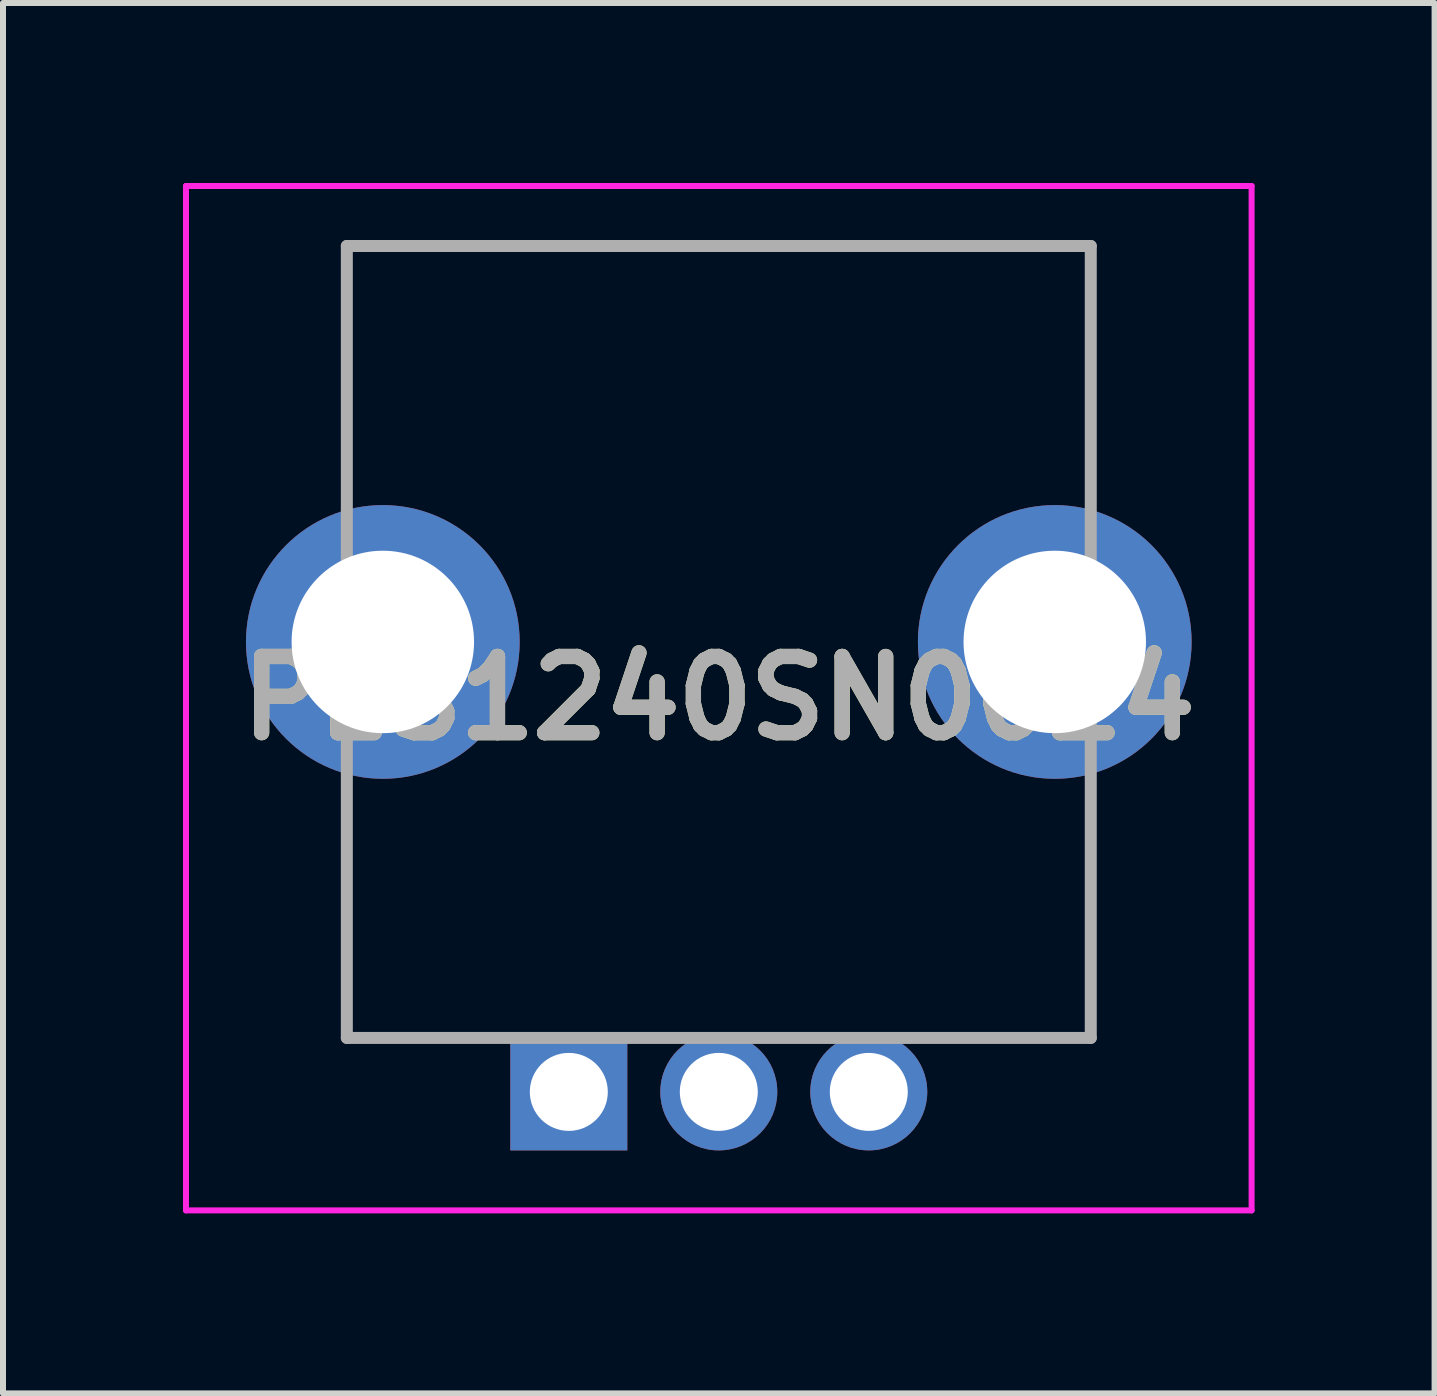
<source format=kicad_pcb>
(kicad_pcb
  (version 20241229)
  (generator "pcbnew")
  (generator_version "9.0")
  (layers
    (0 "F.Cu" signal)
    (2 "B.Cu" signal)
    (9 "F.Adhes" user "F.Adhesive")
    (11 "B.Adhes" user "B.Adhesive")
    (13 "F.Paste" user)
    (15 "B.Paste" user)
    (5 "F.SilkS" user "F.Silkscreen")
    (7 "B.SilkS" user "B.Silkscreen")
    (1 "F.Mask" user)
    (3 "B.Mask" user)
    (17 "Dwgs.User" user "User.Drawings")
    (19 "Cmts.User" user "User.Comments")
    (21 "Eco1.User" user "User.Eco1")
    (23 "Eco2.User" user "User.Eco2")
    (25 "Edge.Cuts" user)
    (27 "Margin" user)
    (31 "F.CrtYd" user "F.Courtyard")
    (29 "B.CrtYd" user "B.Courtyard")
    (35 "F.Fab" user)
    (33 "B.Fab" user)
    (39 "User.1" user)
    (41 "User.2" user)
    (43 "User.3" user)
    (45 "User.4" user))
  (footprint "PES1240SN0024"
    (layer "F.Cu")
    (at 6.431 15.15)
    (property "Reference" "PES1240SN0024" (at 2.5 -6.562 0) (layer "F.SilkS") (effects (font (size 1.27 1.27) (thickness 0.254))))
    (attr through_hole)
    (fp_line (start -3.7 -14.1) (end 8.7 -14.1) (stroke (width 0.1) (type solid)) (layer "F.SilkS"))
    (fp_line (start -3.7 -10) (end -3.7 -14.1) (stroke (width 0.1) (type solid)) (layer "F.SilkS"))
    (fp_line (start -3.7 -5) (end -3.7 -0.9) (stroke (width 0.1) (type solid)) (layer "F.SilkS"))
    (fp_line (start -3.7 -0.9) (end -1.5 -0.9) (stroke (width 0.1) (type solid)) (layer "F.SilkS"))
    (fp_line (start 8.7 -14.1) (end 8.7 -10) (stroke (width 0.1) (type solid)) (layer "F.SilkS"))
    (fp_line (start 8.7 -5) (end 8.7 -0.9) (stroke (width 0.1) (type solid)) (layer "F.SilkS"))
    (fp_line (start 8.7 -0.9) (end 6 -0.9) (stroke (width 0.1) (type solid)) (layer "F.SilkS"))
    (fp_line (start -6.381 -15.1) (end 11.381 -15.1) (stroke (width 0.1) (type solid)) (layer "F.CrtYd"))
    (fp_line (start -6.381 1.975) (end -6.381 -15.1) (stroke (width 0.1) (type solid)) (layer "F.CrtYd"))
    (fp_line (start 11.381 -15.1) (end 11.381 1.975) (stroke (width 0.1) (type solid)) (layer "F.CrtYd"))
    (fp_line (start 11.381 1.975) (end -6.381 1.975) (stroke (width 0.1) (type solid)) (layer "F.CrtYd"))
    (fp_line (start -3.7 -14.1) (end 8.7 -14.1) (stroke (width 0.2) (type solid)) (layer "F.Fab"))
    (fp_line (start -3.7 -0.9) (end -3.7 -14.1) (stroke (width 0.2) (type solid)) (layer "F.Fab"))
    (fp_line (start 8.7 -14.1) (end 8.7 -0.9) (stroke (width 0.2) (type solid)) (layer "F.Fab"))
    (fp_line (start 8.7 -0.9) (end -3.7 -0.9) (stroke (width 0.2) (type solid)) (layer "F.Fab"))
    (fp_text user "${REFERENCE}" (at 2.5 -6.562 0) (layer "F.Fab") (effects (font (size 1.27 1.27) (thickness 0.254))))
    (pad "A1" thru_hole rect (at 0 0) (size 1.95 1.95) (drill 1.3) (layers "*.Cu" "*.Mask"))
    (pad "B1" thru_hole circle (at 5 0) (size 1.95 1.95) (drill 1.3) (layers "*.Cu" "*.Mask"))
    (pad "C1" thru_hole circle (at 2.5 0) (size 1.95 1.95) (drill 1.3) (layers "*.Cu" "*.Mask"))
    (pad "MH1" thru_hole circle (at -3.1 -7.5) (size 4.562 4.562) (drill 3.041) (layers "*.Cu" "*.Mask"))
    (pad "MH2" thru_hole circle (at 8.1 -7.5) (size 4.562 4.562) (drill 3.041) (layers "*.Cu" "*.Mask")))
  (gr_rect
    (start -3 -3)
    (end 20.862 20.175)
    (stroke (width 0.1) (type default))
    (fill no)
    (layer "Edge.Cuts")))
</source>
